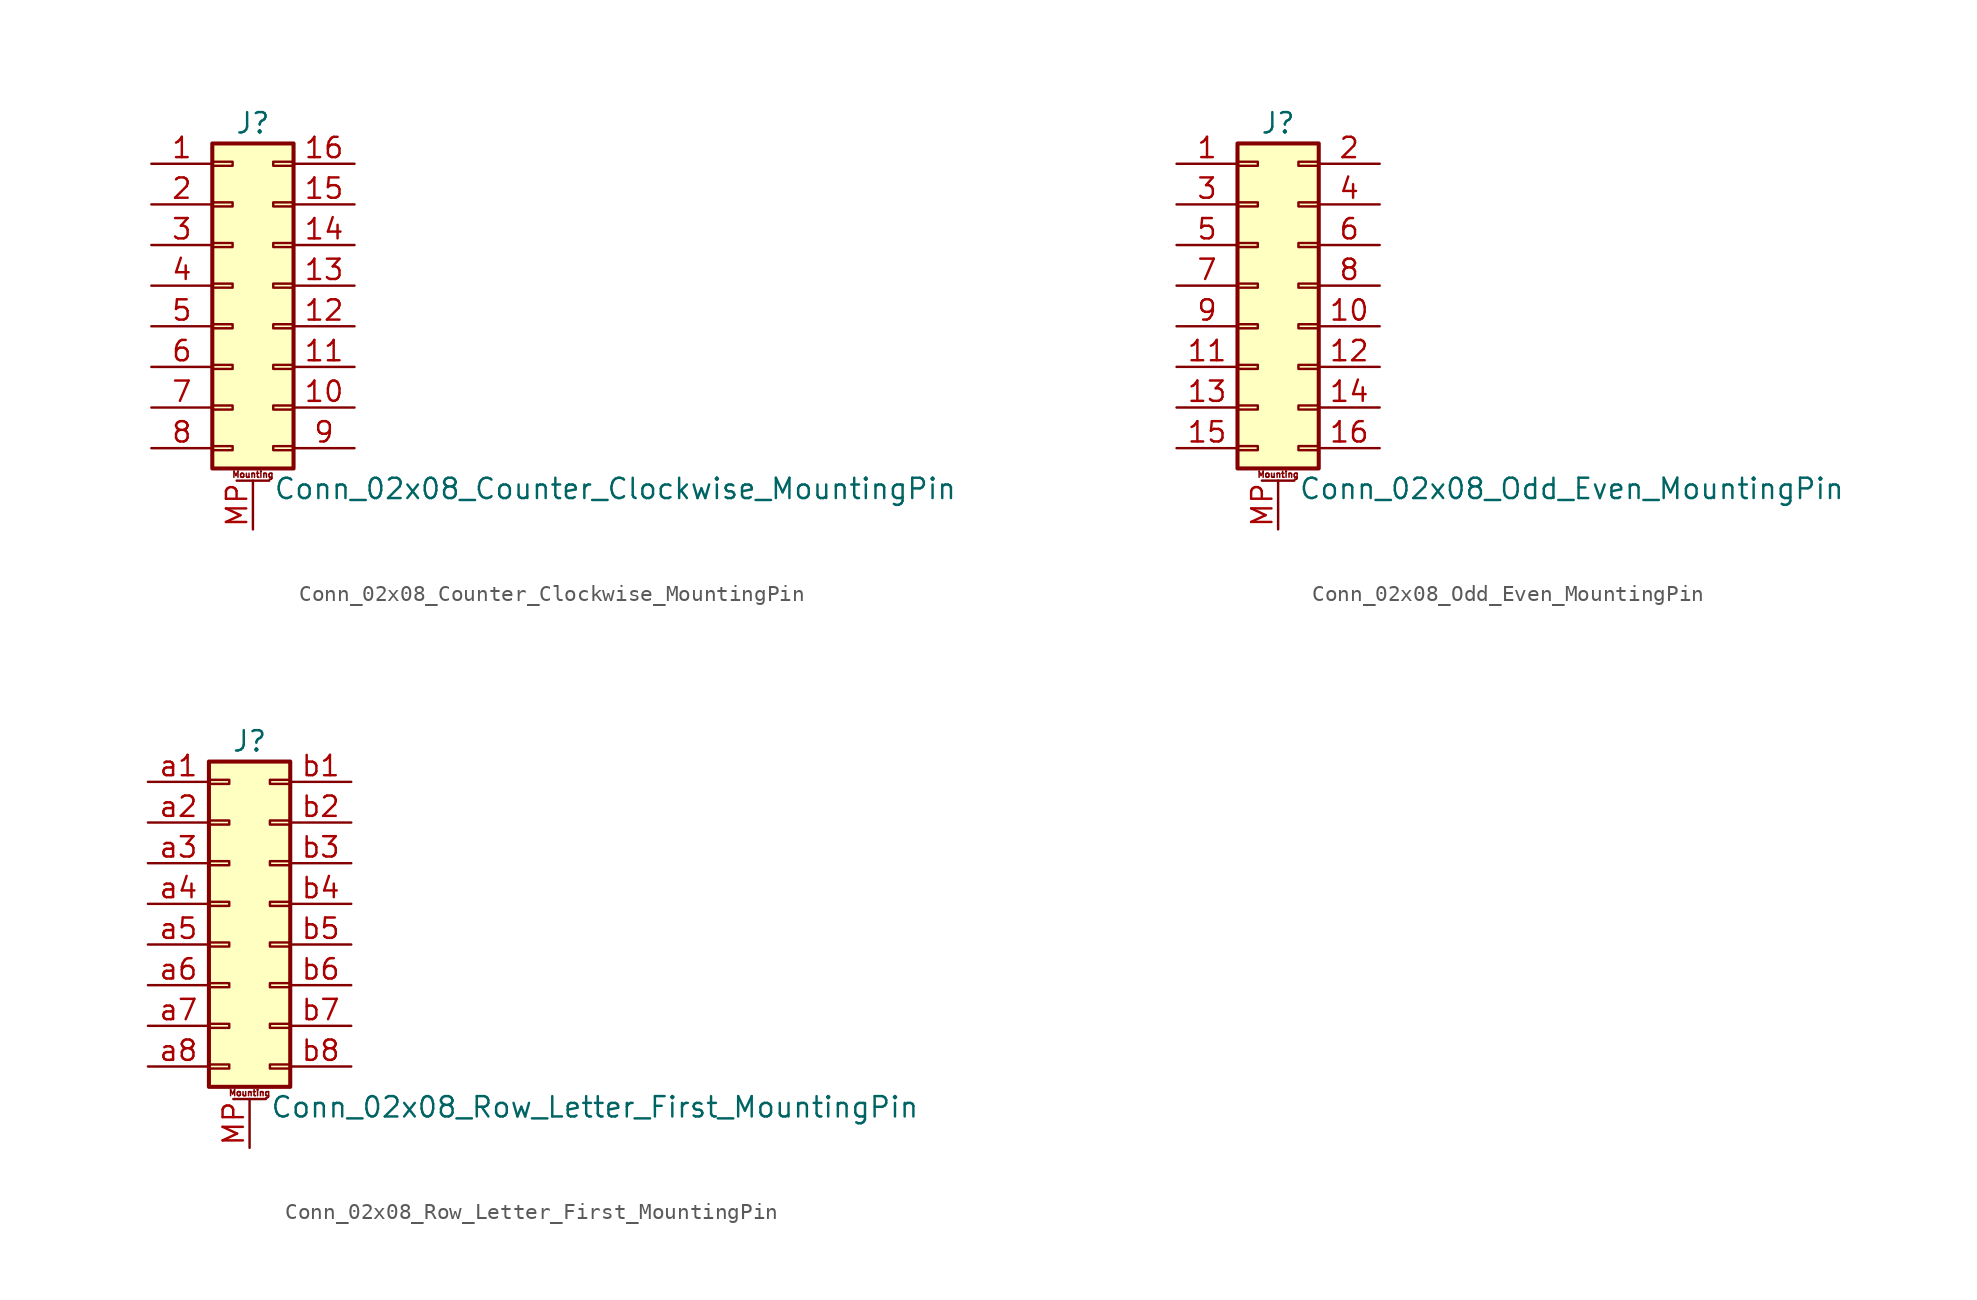
<source format=kicad_sym>
(kicad_symbol_lib
  (version 20220914)
  (generator kicad_symbol_editor)
  (symbol "Conn_02x08_Counter_Clockwise_MountingPin"
    (pin_names
      (offset 1.016) hide)
    (property "Reference" "J"
      (at 1.27 10.16 0)
      (effects (font (size 1.27 1.27))))
    (property "Value" "Conn_02x08_Counter_Clockwise_MountingPin"
      (at 2.54 -12.7 0)
      (effects (font (size 1.27 1.27)) (justify left)))
    (symbol "Conn_02x08_Counter_Clockwise_MountingPin_1_1"
      (rectangle (start -1.27 -10.033) (end 0 -10.287) (stroke (width 0.152) (type default)) (fill (type none)))
      (rectangle (start -1.27 -7.493) (end 0 -7.747) (stroke (width 0.152) (type default)) (fill (type none)))
      (rectangle (start -1.27 -4.953) (end 0 -5.207) (stroke (width 0.152) (type default)) (fill (type none)))
      (rectangle (start -1.27 -2.413) (end 0 -2.667) (stroke (width 0.152) (type default)) (fill (type none)))
      (rectangle (start -1.27 0.127) (end 0 -0.127) (stroke (width 0.152) (type default)) (fill (type none)))
      (rectangle (start -1.27 2.667) (end 0 2.413) (stroke (width 0.152) (type default)) (fill (type none)))
      (rectangle (start -1.27 5.207) (end 0 4.953) (stroke (width 0.152) (type default)) (fill (type none)))
      (rectangle (start -1.27 7.747) (end 0 7.493) (stroke (width 0.152) (type default)) (fill (type none)))
      (rectangle (start -1.27 8.89) (end 3.81 -11.43) (stroke (width 0.254) (type default)) (fill (type background)))
      (polyline (pts (xy 0.254 -12.192) (xy 2.286 -12.192)) (stroke (width 0.152) (type default)) (fill (type none)))
      (rectangle (start 3.81 -10.033) (end 2.54 -10.287) (stroke (width 0.152) (type default)) (fill (type none)))
      (rectangle (start 3.81 -7.493) (end 2.54 -7.747) (stroke (width 0.152) (type default)) (fill (type none)))
      (rectangle (start 3.81 -4.953) (end 2.54 -5.207) (stroke (width 0.152) (type default)) (fill (type none)))
      (rectangle (start 3.81 -2.413) (end 2.54 -2.667) (stroke (width 0.152) (type default)) (fill (type none)))
      (rectangle (start 3.81 0.127) (end 2.54 -0.127) (stroke (width 0.152) (type default)) (fill (type none)))
      (rectangle (start 3.81 2.667) (end 2.54 2.413) (stroke (width 0.152) (type default)) (fill (type none)))
      (rectangle (start 3.81 5.207) (end 2.54 4.953) (stroke (width 0.152) (type default)) (fill (type none)))
      (rectangle (start 3.81 7.747) (end 2.54 7.493) (stroke (width 0.152) (type default)) (fill (type none)))
      (text "Mounting" (at 1.27 -11.811 0) (effects (font (size 0.381 0.381))))
      (pin passive line (at -5.08 7.62 0) (length 3.81) (name "Pin_1" (effects (font (size 1.27 1.27)))) (number "1" (effects (font (size 1.27 1.27)))))
      (pin passive line (at 7.62 -7.62 180) (length 3.81) (name "Pin_10" (effects (font (size 1.27 1.27)))) (number "10" (effects (font (size 1.27 1.27)))))
      (pin passive line (at 7.62 -5.08 180) (length 3.81) (name "Pin_11" (effects (font (size 1.27 1.27)))) (number "11" (effects (font (size 1.27 1.27)))))
      (pin passive line (at 7.62 -2.54 180) (length 3.81) (name "Pin_12" (effects (font (size 1.27 1.27)))) (number "12" (effects (font (size 1.27 1.27)))))
      (pin passive line (at 7.62 0 180) (length 3.81) (name "Pin_13" (effects (font (size 1.27 1.27)))) (number "13" (effects (font (size 1.27 1.27)))))
      (pin passive line (at 7.62 2.54 180) (length 3.81) (name "Pin_14" (effects (font (size 1.27 1.27)))) (number "14" (effects (font (size 1.27 1.27)))))
      (pin passive line (at 7.62 5.08 180) (length 3.81) (name "Pin_15" (effects (font (size 1.27 1.27)))) (number "15" (effects (font (size 1.27 1.27)))))
      (pin passive line (at 7.62 7.62 180) (length 3.81) (name "Pin_16" (effects (font (size 1.27 1.27)))) (number "16" (effects (font (size 1.27 1.27)))))
      (pin passive line (at -5.08 5.08 0) (length 3.81) (name "Pin_2" (effects (font (size 1.27 1.27)))) (number "2" (effects (font (size 1.27 1.27)))))
      (pin passive line (at -5.08 2.54 0) (length 3.81) (name "Pin_3" (effects (font (size 1.27 1.27)))) (number "3" (effects (font (size 1.27 1.27)))))
      (pin passive line (at -5.08 0 0) (length 3.81) (name "Pin_4" (effects (font (size 1.27 1.27)))) (number "4" (effects (font (size 1.27 1.27)))))
      (pin passive line (at -5.08 -2.54 0) (length 3.81) (name "Pin_5" (effects (font (size 1.27 1.27)))) (number "5" (effects (font (size 1.27 1.27)))))
      (pin passive line (at -5.08 -5.08 0) (length 3.81) (name "Pin_6" (effects (font (size 1.27 1.27)))) (number "6" (effects (font (size 1.27 1.27)))))
      (pin passive line (at -5.08 -7.62 0) (length 3.81) (name "Pin_7" (effects (font (size 1.27 1.27)))) (number "7" (effects (font (size 1.27 1.27)))))
      (pin passive line (at -5.08 -10.16 0) (length 3.81) (name "Pin_8" (effects (font (size 1.27 1.27)))) (number "8" (effects (font (size 1.27 1.27)))))
      (pin passive line (at 7.62 -10.16 180) (length 3.81) (name "Pin_9" (effects (font (size 1.27 1.27)))) (number "9" (effects (font (size 1.27 1.27)))))
      (pin passive line (at 1.27 -15.24 90) (length 3.048) (name "MountPin" (effects (font (size 1.27 1.27)))) (number "MP" (effects (font (size 1.27 1.27)))))))
  (symbol "Conn_02x08_Odd_Even_MountingPin"
    (pin_names
      (offset 1.016) hide)
    (property "Reference" "J"
      (at 1.27 10.16 0)
      (effects (font (size 1.27 1.27))))
    (property "Value" "Conn_02x08_Odd_Even_MountingPin"
      (at 2.54 -12.7 0)
      (effects (font (size 1.27 1.27)) (justify left)))
    (symbol "Conn_02x08_Odd_Even_MountingPin_1_1"
      (rectangle (start -1.27 -10.033) (end 0 -10.287) (stroke (width 0.152) (type default)) (fill (type none)))
      (rectangle (start -1.27 -7.493) (end 0 -7.747) (stroke (width 0.152) (type default)) (fill (type none)))
      (rectangle (start -1.27 -4.953) (end 0 -5.207) (stroke (width 0.152) (type default)) (fill (type none)))
      (rectangle (start -1.27 -2.413) (end 0 -2.667) (stroke (width 0.152) (type default)) (fill (type none)))
      (rectangle (start -1.27 0.127) (end 0 -0.127) (stroke (width 0.152) (type default)) (fill (type none)))
      (rectangle (start -1.27 2.667) (end 0 2.413) (stroke (width 0.152) (type default)) (fill (type none)))
      (rectangle (start -1.27 5.207) (end 0 4.953) (stroke (width 0.152) (type default)) (fill (type none)))
      (rectangle (start -1.27 7.747) (end 0 7.493) (stroke (width 0.152) (type default)) (fill (type none)))
      (rectangle (start -1.27 8.89) (end 3.81 -11.43) (stroke (width 0.254) (type default)) (fill (type background)))
      (polyline (pts (xy 0.254 -12.192) (xy 2.286 -12.192)) (stroke (width 0.152) (type default)) (fill (type none)))
      (rectangle (start 3.81 -10.033) (end 2.54 -10.287) (stroke (width 0.152) (type default)) (fill (type none)))
      (rectangle (start 3.81 -7.493) (end 2.54 -7.747) (stroke (width 0.152) (type default)) (fill (type none)))
      (rectangle (start 3.81 -4.953) (end 2.54 -5.207) (stroke (width 0.152) (type default)) (fill (type none)))
      (rectangle (start 3.81 -2.413) (end 2.54 -2.667) (stroke (width 0.152) (type default)) (fill (type none)))
      (rectangle (start 3.81 0.127) (end 2.54 -0.127) (stroke (width 0.152) (type default)) (fill (type none)))
      (rectangle (start 3.81 2.667) (end 2.54 2.413) (stroke (width 0.152) (type default)) (fill (type none)))
      (rectangle (start 3.81 5.207) (end 2.54 4.953) (stroke (width 0.152) (type default)) (fill (type none)))
      (rectangle (start 3.81 7.747) (end 2.54 7.493) (stroke (width 0.152) (type default)) (fill (type none)))
      (text "Mounting" (at 1.27 -11.811 0) (effects (font (size 0.381 0.381))))
      (pin passive line (at -5.08 7.62 0) (length 3.81) (name "Pin_1" (effects (font (size 1.27 1.27)))) (number "1" (effects (font (size 1.27 1.27)))))
      (pin passive line (at 7.62 -2.54 180) (length 3.81) (name "Pin_10" (effects (font (size 1.27 1.27)))) (number "10" (effects (font (size 1.27 1.27)))))
      (pin passive line (at -5.08 -5.08 0) (length 3.81) (name "Pin_11" (effects (font (size 1.27 1.27)))) (number "11" (effects (font (size 1.27 1.27)))))
      (pin passive line (at 7.62 -5.08 180) (length 3.81) (name "Pin_12" (effects (font (size 1.27 1.27)))) (number "12" (effects (font (size 1.27 1.27)))))
      (pin passive line (at -5.08 -7.62 0) (length 3.81) (name "Pin_13" (effects (font (size 1.27 1.27)))) (number "13" (effects (font (size 1.27 1.27)))))
      (pin passive line (at 7.62 -7.62 180) (length 3.81) (name "Pin_14" (effects (font (size 1.27 1.27)))) (number "14" (effects (font (size 1.27 1.27)))))
      (pin passive line (at -5.08 -10.16 0) (length 3.81) (name "Pin_15" (effects (font (size 1.27 1.27)))) (number "15" (effects (font (size 1.27 1.27)))))
      (pin passive line (at 7.62 -10.16 180) (length 3.81) (name "Pin_16" (effects (font (size 1.27 1.27)))) (number "16" (effects (font (size 1.27 1.27)))))
      (pin passive line (at 7.62 7.62 180) (length 3.81) (name "Pin_2" (effects (font (size 1.27 1.27)))) (number "2" (effects (font (size 1.27 1.27)))))
      (pin passive line (at -5.08 5.08 0) (length 3.81) (name "Pin_3" (effects (font (size 1.27 1.27)))) (number "3" (effects (font (size 1.27 1.27)))))
      (pin passive line (at 7.62 5.08 180) (length 3.81) (name "Pin_4" (effects (font (size 1.27 1.27)))) (number "4" (effects (font (size 1.27 1.27)))))
      (pin passive line (at -5.08 2.54 0) (length 3.81) (name "Pin_5" (effects (font (size 1.27 1.27)))) (number "5" (effects (font (size 1.27 1.27)))))
      (pin passive line (at 7.62 2.54 180) (length 3.81) (name "Pin_6" (effects (font (size 1.27 1.27)))) (number "6" (effects (font (size 1.27 1.27)))))
      (pin passive line (at -5.08 0 0) (length 3.81) (name "Pin_7" (effects (font (size 1.27 1.27)))) (number "7" (effects (font (size 1.27 1.27)))))
      (pin passive line (at 7.62 0 180) (length 3.81) (name "Pin_8" (effects (font (size 1.27 1.27)))) (number "8" (effects (font (size 1.27 1.27)))))
      (pin passive line (at -5.08 -2.54 0) (length 3.81) (name "Pin_9" (effects (font (size 1.27 1.27)))) (number "9" (effects (font (size 1.27 1.27)))))
      (pin passive line (at 1.27 -15.24 90) (length 3.048) (name "MountPin" (effects (font (size 1.27 1.27)))) (number "MP" (effects (font (size 1.27 1.27)))))))
  (symbol "Conn_02x08_Row_Letter_First_MountingPin"
    (pin_names
      (offset 1.016) hide)
    (property "Reference" "J"
      (at 1.27 10.16 0)
      (effects (font (size 1.27 1.27))))
    (property "Value" "Conn_02x08_Row_Letter_First_MountingPin"
      (at 2.54 -12.7 0)
      (effects (font (size 1.27 1.27)) (justify left)))
    (symbol "Conn_02x08_Row_Letter_First_MountingPin_1_1"
      (rectangle (start -1.27 -10.033) (end 0 -10.287) (stroke (width 0.152) (type default)) (fill (type none)))
      (rectangle (start -1.27 -7.493) (end 0 -7.747) (stroke (width 0.152) (type default)) (fill (type none)))
      (rectangle (start -1.27 -4.953) (end 0 -5.207) (stroke (width 0.152) (type default)) (fill (type none)))
      (rectangle (start -1.27 -2.413) (end 0 -2.667) (stroke (width 0.152) (type default)) (fill (type none)))
      (rectangle (start -1.27 0.127) (end 0 -0.127) (stroke (width 0.152) (type default)) (fill (type none)))
      (rectangle (start -1.27 2.667) (end 0 2.413) (stroke (width 0.152) (type default)) (fill (type none)))
      (rectangle (start -1.27 5.207) (end 0 4.953) (stroke (width 0.152) (type default)) (fill (type none)))
      (rectangle (start -1.27 7.747) (end 0 7.493) (stroke (width 0.152) (type default)) (fill (type none)))
      (rectangle (start -1.27 8.89) (end 3.81 -11.43) (stroke (width 0.254) (type default)) (fill (type background)))
      (polyline (pts (xy 0.254 -12.192) (xy 2.286 -12.192)) (stroke (width 0.152) (type default)) (fill (type none)))
      (rectangle (start 3.81 -10.033) (end 2.54 -10.287) (stroke (width 0.152) (type default)) (fill (type none)))
      (rectangle (start 3.81 -7.493) (end 2.54 -7.747) (stroke (width 0.152) (type default)) (fill (type none)))
      (rectangle (start 3.81 -4.953) (end 2.54 -5.207) (stroke (width 0.152) (type default)) (fill (type none)))
      (rectangle (start 3.81 -2.413) (end 2.54 -2.667) (stroke (width 0.152) (type default)) (fill (type none)))
      (rectangle (start 3.81 0.127) (end 2.54 -0.127) (stroke (width 0.152) (type default)) (fill (type none)))
      (rectangle (start 3.81 2.667) (end 2.54 2.413) (stroke (width 0.152) (type default)) (fill (type none)))
      (rectangle (start 3.81 5.207) (end 2.54 4.953) (stroke (width 0.152) (type default)) (fill (type none)))
      (rectangle (start 3.81 7.747) (end 2.54 7.493) (stroke (width 0.152) (type default)) (fill (type none)))
      (text "Mounting" (at 1.27 -11.811 0) (effects (font (size 0.381 0.381))))
      (pin passive line (at 1.27 -15.24 90) (length 3.048) (name "MountPin" (effects (font (size 1.27 1.27)))) (number "MP" (effects (font (size 1.27 1.27)))))
      (pin passive line (at -5.08 7.62 0) (length 3.81) (name "Pin_a1" (effects (font (size 1.27 1.27)))) (number "a1" (effects (font (size 1.27 1.27)))))
      (pin passive line (at -5.08 5.08 0) (length 3.81) (name "Pin_a2" (effects (font (size 1.27 1.27)))) (number "a2" (effects (font (size 1.27 1.27)))))
      (pin passive line (at -5.08 2.54 0) (length 3.81) (name "Pin_a3" (effects (font (size 1.27 1.27)))) (number "a3" (effects (font (size 1.27 1.27)))))
      (pin passive line (at -5.08 0 0) (length 3.81) (name "Pin_a4" (effects (font (size 1.27 1.27)))) (number "a4" (effects (font (size 1.27 1.27)))))
      (pin passive line (at -5.08 -2.54 0) (length 3.81) (name "Pin_a5" (effects (font (size 1.27 1.27)))) (number "a5" (effects (font (size 1.27 1.27)))))
      (pin passive line (at -5.08 -5.08 0) (length 3.81) (name "Pin_a6" (effects (font (size 1.27 1.27)))) (number "a6" (effects (font (size 1.27 1.27)))))
      (pin passive line (at -5.08 -7.62 0) (length 3.81) (name "Pin_a7" (effects (font (size 1.27 1.27)))) (number "a7" (effects (font (size 1.27 1.27)))))
      (pin passive line (at -5.08 -10.16 0) (length 3.81) (name "Pin_a8" (effects (font (size 1.27 1.27)))) (number "a8" (effects (font (size 1.27 1.27)))))
      (pin passive line (at 7.62 7.62 180) (length 3.81) (name "Pin_b1" (effects (font (size 1.27 1.27)))) (number "b1" (effects (font (size 1.27 1.27)))))
      (pin passive line (at 7.62 5.08 180) (length 3.81) (name "Pin_b2" (effects (font (size 1.27 1.27)))) (number "b2" (effects (font (size 1.27 1.27)))))
      (pin passive line (at 7.62 2.54 180) (length 3.81) (name "Pin_b3" (effects (font (size 1.27 1.27)))) (number "b3" (effects (font (size 1.27 1.27)))))
      (pin passive line (at 7.62 0 180) (length 3.81) (name "Pin_b4" (effects (font (size 1.27 1.27)))) (number "b4" (effects (font (size 1.27 1.27)))))
      (pin passive line (at 7.62 -2.54 180) (length 3.81) (name "Pin_b5" (effects (font (size 1.27 1.27)))) (number "b5" (effects (font (size 1.27 1.27)))))
      (pin passive line (at 7.62 -5.08 180) (length 3.81) (name "Pin_b6" (effects (font (size 1.27 1.27)))) (number "b6" (effects (font (size 1.27 1.27)))))
      (pin passive line (at 7.62 -7.62 180) (length 3.81) (name "Pin_b7" (effects (font (size 1.27 1.27)))) (number "b7" (effects (font (size 1.27 1.27)))))
      (pin passive line (at 7.62 -10.16 180) (length 3.81) (name "Pin_b8" (effects (font (size 1.27 1.27)))) (number "b8" (effects (font (size 1.27 1.27))))))))
</source>
